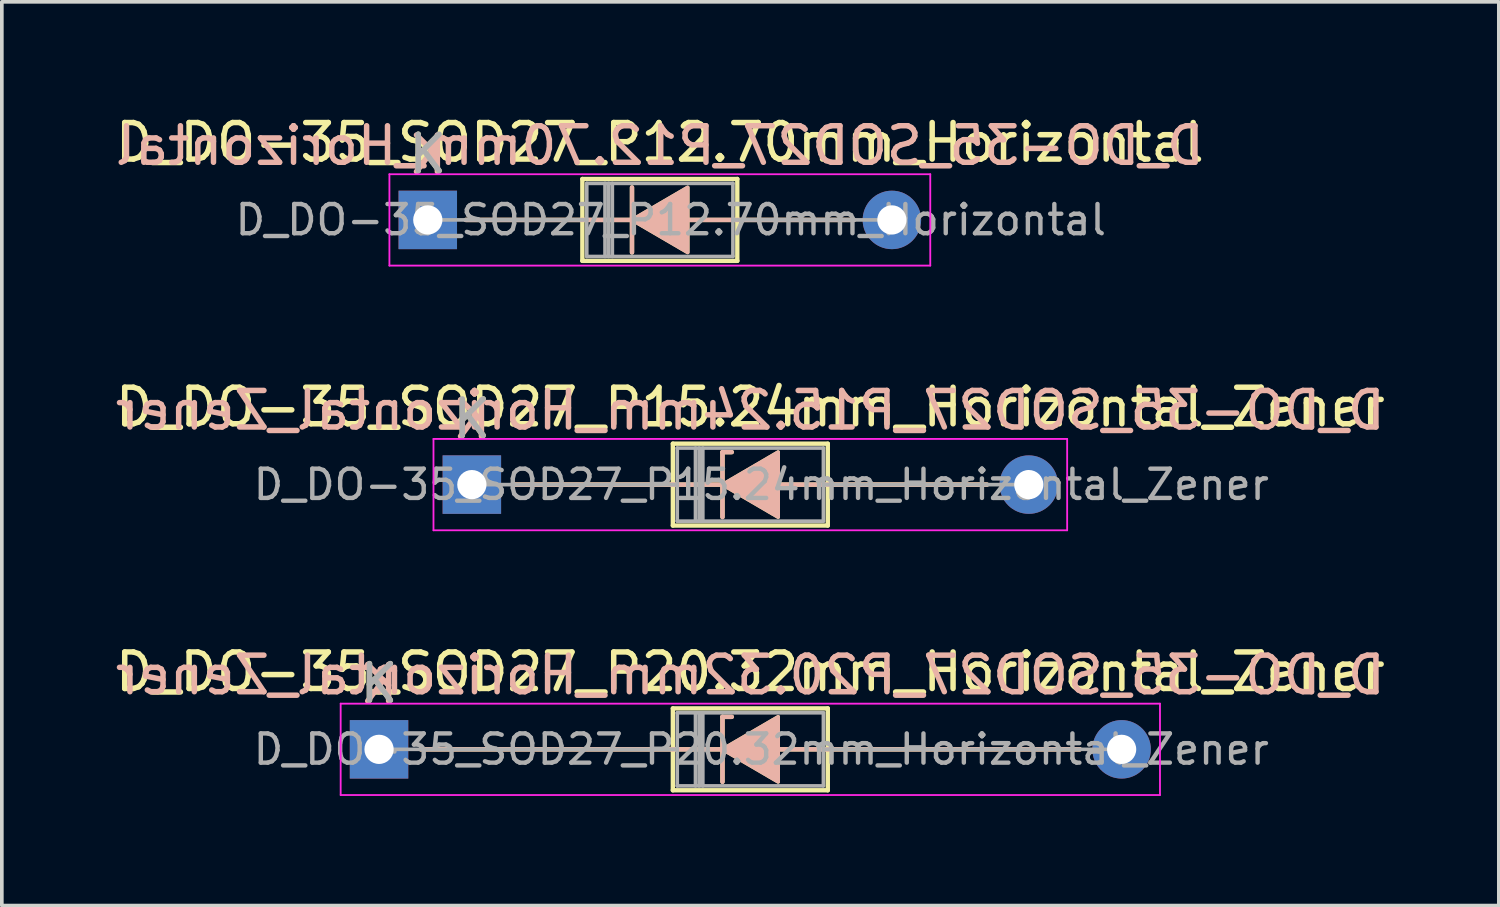
<source format=kicad_pcb>
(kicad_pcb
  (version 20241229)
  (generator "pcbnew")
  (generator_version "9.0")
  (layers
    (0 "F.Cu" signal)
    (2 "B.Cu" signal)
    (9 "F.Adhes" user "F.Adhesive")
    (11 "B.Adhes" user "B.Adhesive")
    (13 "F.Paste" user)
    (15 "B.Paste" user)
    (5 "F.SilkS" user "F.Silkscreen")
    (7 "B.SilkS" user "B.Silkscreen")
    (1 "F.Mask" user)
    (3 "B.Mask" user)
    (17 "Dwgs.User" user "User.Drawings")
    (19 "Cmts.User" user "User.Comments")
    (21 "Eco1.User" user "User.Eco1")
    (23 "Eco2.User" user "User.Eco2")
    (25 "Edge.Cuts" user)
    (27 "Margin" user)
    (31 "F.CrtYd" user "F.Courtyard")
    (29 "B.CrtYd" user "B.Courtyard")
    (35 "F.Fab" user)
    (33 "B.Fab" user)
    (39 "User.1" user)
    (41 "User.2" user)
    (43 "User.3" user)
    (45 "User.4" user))
  (footprint "D_DO-35_SOD27_P15.24mm_Horizontal_Zener"
    (layer "F.Cu")
    (at 9.862 10.211)
    (property "Reference" "D_DO-35_SOD27_P15.24mm_Horizontal_Zener" (at 7.62 -2.12 0) (layer "F.SilkS") (effects (font (size 1 1) (thickness 0.15))))
    (fp_line (start 1.143 0) (end 5.5 0) (stroke (width 0.12) (type solid)) (layer "F.SilkS"))
    (fp_line (start 5.5 -1.12) (end 5.5 1.12) (stroke (width 0.12) (type solid)) (layer "F.SilkS"))
    (fp_line (start 5.5 0) (end 7.239 0) (stroke (width 0.12) (type solid)) (layer "F.SilkS"))
    (fp_line (start 5.5 1.12) (end 9.74 1.12) (stroke (width 0.12) (type solid)) (layer "F.SilkS"))
    (fp_line (start 6.858 -0.889) (end 6.858 0.889) (stroke (width 0.12) (type solid)) (layer "F.SilkS"))
    (fp_line (start 6.858 -0.889) (end 7.112 -0.889) (stroke (width 0.12) (type solid)) (layer "F.SilkS"))
    (fp_line (start 9.74 -1.12) (end 5.5 -1.12) (stroke (width 0.12) (type solid)) (layer "F.SilkS"))
    (fp_line (start 9.74 0) (end 8.382 0) (stroke (width 0.12) (type solid)) (layer "F.SilkS"))
    (fp_line (start 9.74 1.12) (end 9.74 -1.12) (stroke (width 0.12) (type solid)) (layer "F.SilkS"))
    (fp_line (start 14.097 0) (end 9.74 0) (stroke (width 0.12) (type solid)) (layer "F.SilkS"))
    (fp_poly (pts (xy 8.382 0.889) (xy 6.858 0) (xy 8.382 -0.889)) (stroke (width 0.1) (type solid)) (fill yes) (layer "F.SilkS"))
    (fp_line (start 1.143 0) (end 5.5 0) (stroke (width 0.12) (type solid)) (layer "B.SilkS"))
    (fp_line (start 5.5 0) (end 7.239 0) (stroke (width 0.12) (type solid)) (layer "B.SilkS"))
    (fp_line (start 6.858 -0.889) (end 7.112 -0.889) (stroke (width 0.12) (type solid)) (layer "B.SilkS"))
    (fp_line (start 6.858 0.889) (end 6.858 -0.889) (stroke (width 0.12) (type solid)) (layer "B.SilkS"))
    (fp_line (start 9.74 0) (end 8.382 0) (stroke (width 0.12) (type solid)) (layer "B.SilkS"))
    (fp_line (start 14.097 0) (end 9.74 0) (stroke (width 0.12) (type solid)) (layer "B.SilkS"))
    (fp_poly (pts (xy 8.382 -0.889) (xy 6.858 0) (xy 8.382 0.889)) (stroke (width 0.1) (type solid)) (fill yes) (layer "B.SilkS"))
    (fp_line (start -1.05 -1.25) (end -1.05 1.25) (stroke (width 0.05) (type solid)) (layer "F.CrtYd"))
    (fp_line (start -1.05 1.25) (end 16.29 1.25) (stroke (width 0.05) (type solid)) (layer "F.CrtYd"))
    (fp_line (start 16.29 -1.25) (end -1.05 -1.25) (stroke (width 0.05) (type solid)) (layer "F.CrtYd"))
    (fp_line (start 16.29 1.25) (end 16.29 -1.25) (stroke (width 0.05) (type solid)) (layer "F.CrtYd"))
    (fp_line (start 0 0) (end 5.62 0) (stroke (width 0.1) (type solid)) (layer "F.Fab"))
    (fp_line (start 5.62 -1) (end 5.62 1) (stroke (width 0.1) (type solid)) (layer "F.Fab"))
    (fp_line (start 5.62 1) (end 9.62 1) (stroke (width 0.1) (type solid)) (layer "F.Fab"))
    (fp_line (start 6.12 -1) (end 6.12 1) (stroke (width 0.1) (type solid)) (layer "F.Fab"))
    (fp_line (start 6.22 -1) (end 6.22 1) (stroke (width 0.1) (type solid)) (layer "F.Fab"))
    (fp_line (start 6.32 -1) (end 6.32 1) (stroke (width 0.1) (type solid)) (layer "F.Fab"))
    (fp_line (start 9.62 -1) (end 5.62 -1) (stroke (width 0.1) (type solid)) (layer "F.Fab"))
    (fp_line (start 9.62 1) (end 9.62 -1) (stroke (width 0.1) (type solid)) (layer "F.Fab"))
    (fp_line (start 15.24 0) (end 9.62 0) (stroke (width 0.1) (type solid)) (layer "F.Fab"))
    (fp_text user "K" (at 0 -1.8 0) (layer "F.SilkS") (effects (font (size 1 1) (thickness 0.15))))
    (fp_text user "${REFERENCE}" (at 7.62 -2.032 0) (layer "B.SilkS") (effects (font (size 1 1) (thickness 0.15)) (justify mirror)))
    (fp_text user "K" (at 0 -1.778 0) (layer "B.SilkS") (effects (font (size 1 1) (thickness 0.15)) (justify mirror)))
    (fp_text user "${REFERENCE}" (at 7.92 0 0) (layer "F.Fab") (effects (font (size 0.8 0.8) (thickness 0.12))))
    (fp_text user "K" (at 0 -1.8 0) (layer "F.Fab") (effects (font (size 1 1) (thickness 0.15))))
    (pad "1" thru_hole rect (at 0 0) (size 1.6 1.6) (drill 0.8) (layers "*.Cu" "*.Mask"))
    (pad "2" thru_hole oval (at 15.24 0) (size 1.6 1.6) (drill 0.8) (layers "*.Cu" "*.Mask")))
  (footprint "D_DO-35_SOD27_P20.32mm_Horizontal_Zener"
    (layer "F.Cu")
    (at 7.322 17.455)
    (property "Reference" "D_DO-35_SOD27_P20.32mm_Horizontal_Zener" (at 10.16 -2.12 0) (layer "F.SilkS") (effects (font (size 1 1) (thickness 0.15))))
    (fp_line (start 1.143 0) (end 8.04 0) (stroke (width 0.12) (type solid)) (layer "F.SilkS"))
    (fp_line (start 8.04 -1.12) (end 8.04 1.12) (stroke (width 0.12) (type solid)) (layer "F.SilkS"))
    (fp_line (start 8.04 0) (end 9.779 0) (stroke (width 0.12) (type solid)) (layer "F.SilkS"))
    (fp_line (start 8.04 1.12) (end 12.28 1.12) (stroke (width 0.12) (type solid)) (layer "F.SilkS"))
    (fp_line (start 9.398 -0.889) (end 9.398 0.889) (stroke (width 0.12) (type solid)) (layer "F.SilkS"))
    (fp_line (start 9.398 -0.889) (end 9.652 -0.889) (stroke (width 0.12) (type solid)) (layer "F.SilkS"))
    (fp_line (start 12.28 -1.12) (end 8.04 -1.12) (stroke (width 0.12) (type solid)) (layer "F.SilkS"))
    (fp_line (start 12.28 0) (end 10.922 0) (stroke (width 0.12) (type solid)) (layer "F.SilkS"))
    (fp_line (start 12.28 1.12) (end 12.28 -1.12) (stroke (width 0.12) (type solid)) (layer "F.SilkS"))
    (fp_line (start 19.177 0) (end 12.28 0) (stroke (width 0.12) (type solid)) (layer "F.SilkS"))
    (fp_poly (pts (xy 10.922 0.889) (xy 9.398 0) (xy 10.922 -0.889)) (stroke (width 0.1) (type solid)) (fill yes) (layer "F.SilkS"))
    (fp_line (start 1.143 0) (end 8.04 0) (stroke (width 0.12) (type solid)) (layer "B.SilkS"))
    (fp_line (start 8.04 0) (end 9.779 0) (stroke (width 0.12) (type solid)) (layer "B.SilkS"))
    (fp_line (start 9.398 -0.889) (end 9.652 -0.889) (stroke (width 0.12) (type solid)) (layer "B.SilkS"))
    (fp_line (start 9.398 0.889) (end 9.398 -0.889) (stroke (width 0.12) (type solid)) (layer "B.SilkS"))
    (fp_line (start 12.28 0) (end 10.922 0) (stroke (width 0.12) (type solid)) (layer "B.SilkS"))
    (fp_line (start 19.177 0) (end 12.28 0) (stroke (width 0.12) (type solid)) (layer "B.SilkS"))
    (fp_poly (pts (xy 10.922 -0.889) (xy 9.398 0) (xy 10.922 0.889)) (stroke (width 0.1) (type solid)) (fill yes) (layer "B.SilkS"))
    (fp_line (start -1.05 -1.25) (end -1.05 1.25) (stroke (width 0.05) (type solid)) (layer "F.CrtYd"))
    (fp_line (start -1.05 1.25) (end 21.37 1.25) (stroke (width 0.05) (type solid)) (layer "F.CrtYd"))
    (fp_line (start 21.37 -1.25) (end -1.05 -1.25) (stroke (width 0.05) (type solid)) (layer "F.CrtYd"))
    (fp_line (start 21.37 1.25) (end 21.37 -1.25) (stroke (width 0.05) (type solid)) (layer "F.CrtYd"))
    (fp_line (start 0 0) (end 8.16 0) (stroke (width 0.1) (type solid)) (layer "F.Fab"))
    (fp_line (start 8.16 -1) (end 8.16 1) (stroke (width 0.1) (type solid)) (layer "F.Fab"))
    (fp_line (start 8.16 1) (end 12.16 1) (stroke (width 0.1) (type solid)) (layer "F.Fab"))
    (fp_line (start 8.66 -1) (end 8.66 1) (stroke (width 0.1) (type solid)) (layer "F.Fab"))
    (fp_line (start 8.76 -1) (end 8.76 1) (stroke (width 0.1) (type solid)) (layer "F.Fab"))
    (fp_line (start 8.86 -1) (end 8.86 1) (stroke (width 0.1) (type solid)) (layer "F.Fab"))
    (fp_line (start 12.16 -1) (end 8.16 -1) (stroke (width 0.1) (type solid)) (layer "F.Fab"))
    (fp_line (start 12.16 1) (end 12.16 -1) (stroke (width 0.1) (type solid)) (layer "F.Fab"))
    (fp_line (start 20.32 0) (end 12.16 0) (stroke (width 0.1) (type solid)) (layer "F.Fab"))
    (fp_text user "K" (at 0 -1.8 0) (layer "F.SilkS") (effects (font (size 1 1) (thickness 0.15))))
    (fp_text user "${REFERENCE}" (at 10.16 -2.032 0) (layer "B.SilkS") (effects (font (size 1 1) (thickness 0.15)) (justify mirror)))
    (fp_text user "K" (at 0 -1.778 0) (layer "B.SilkS") (effects (font (size 1 1) (thickness 0.15)) (justify mirror)))
    (fp_text user "K" (at 0 -1.8 0) (layer "F.Fab") (effects (font (size 1 1) (thickness 0.15))))
    (fp_text user "${REFERENCE}" (at 10.46 0 0) (layer "F.Fab") (effects (font (size 0.8 0.8) (thickness 0.12))))
    (pad "1" thru_hole rect (at 0 0) (size 1.6 1.6) (drill 0.8) (layers "*.Cu" "*.Mask"))
    (pad "2" thru_hole oval (at 20.32 0) (size 1.6 1.6) (drill 0.8) (layers "*.Cu" "*.Mask")))
  (footprint "D_DO-35_SOD27_P12.70mm_Horizontal"
    (layer "F.Cu")
    (at 8.656 2.968)
    (property "Reference" "D_DO-35_SOD27_P12.70mm_Horizontal" (at 6.35 -2.12 0) (layer "F.SilkS") (effects (font (size 1 1) (thickness 0.15))))
    (fp_line (start 1.04 0) (end 4.23 0) (stroke (width 0.12) (type solid)) (layer "F.SilkS"))
    (fp_line (start 4.23 -1.12) (end 4.23 1.12) (stroke (width 0.12) (type solid)) (layer "F.SilkS"))
    (fp_line (start 4.23 0) (end 5.969 0) (stroke (width 0.12) (type solid)) (layer "F.SilkS"))
    (fp_line (start 4.23 1.12) (end 8.47 1.12) (stroke (width 0.12) (type solid)) (layer "F.SilkS"))
    (fp_line (start 5.588 -0.889) (end 5.588 0.889) (stroke (width 0.12) (type solid)) (layer "F.SilkS"))
    (fp_line (start 8.47 -1.12) (end 4.23 -1.12) (stroke (width 0.12) (type solid)) (layer "F.SilkS"))
    (fp_line (start 8.47 0) (end 7.112 0) (stroke (width 0.12) (type solid)) (layer "F.SilkS"))
    (fp_line (start 8.47 1.12) (end 8.47 -1.12) (stroke (width 0.12) (type solid)) (layer "F.SilkS"))
    (fp_line (start 11.66 0) (end 8.47 0) (stroke (width 0.12) (type solid)) (layer "F.SilkS"))
    (fp_poly (pts (xy 7.112 0.889) (xy 5.588 0) (xy 7.112 -0.889)) (stroke (width 0.1) (type solid)) (fill yes) (layer "F.SilkS"))
    (fp_line (start 1.04 0) (end 4.23 0) (stroke (width 0.12) (type solid)) (layer "B.SilkS"))
    (fp_line (start 4.23 0) (end 5.969 0) (stroke (width 0.12) (type solid)) (layer "B.SilkS"))
    (fp_line (start 5.588 0.889) (end 5.588 -0.889) (stroke (width 0.12) (type solid)) (layer "B.SilkS"))
    (fp_line (start 8.47 0) (end 7.112 0) (stroke (width 0.12) (type solid)) (layer "B.SilkS"))
    (fp_line (start 11.66 0) (end 8.47 0) (stroke (width 0.12) (type solid)) (layer "B.SilkS"))
    (fp_poly (pts (xy 7.112 -0.889) (xy 5.588 0) (xy 7.112 0.889)) (stroke (width 0.1) (type solid)) (fill yes) (layer "B.SilkS"))
    (fp_line (start -1.05 -1.25) (end -1.05 1.25) (stroke (width 0.05) (type solid)) (layer "F.CrtYd"))
    (fp_line (start -1.05 1.25) (end 13.75 1.25) (stroke (width 0.05) (type solid)) (layer "F.CrtYd"))
    (fp_line (start 13.75 -1.25) (end -1.05 -1.25) (stroke (width 0.05) (type solid)) (layer "F.CrtYd"))
    (fp_line (start 13.75 1.25) (end 13.75 -1.25) (stroke (width 0.05) (type solid)) (layer "F.CrtYd"))
    (fp_line (start 0 0) (end 4.35 0) (stroke (width 0.1) (type solid)) (layer "F.Fab"))
    (fp_line (start 4.35 -1) (end 4.35 1) (stroke (width 0.1) (type solid)) (layer "F.Fab"))
    (fp_line (start 4.35 1) (end 8.35 1) (stroke (width 0.1) (type solid)) (layer "F.Fab"))
    (fp_line (start 4.85 -1) (end 4.85 1) (stroke (width 0.1) (type solid)) (layer "F.Fab"))
    (fp_line (start 4.95 -1) (end 4.95 1) (stroke (width 0.1) (type solid)) (layer "F.Fab"))
    (fp_line (start 5.05 -1) (end 5.05 1) (stroke (width 0.1) (type solid)) (layer "F.Fab"))
    (fp_line (start 8.35 -1) (end 4.35 -1) (stroke (width 0.1) (type solid)) (layer "F.Fab"))
    (fp_line (start 8.35 1) (end 8.35 -1) (stroke (width 0.1) (type solid)) (layer "F.Fab"))
    (fp_line (start 12.7 0) (end 8.35 0) (stroke (width 0.1) (type solid)) (layer "F.Fab"))
    (fp_text user "K" (at 0 -1.8 0) (layer "F.SilkS") (effects (font (size 1 1) (thickness 0.15))))
    (fp_text user "K" (at 0 -1.778 0) (layer "B.SilkS") (effects (font (size 1 1) (thickness 0.15)) (justify mirror)))
    (fp_text user "${REFERENCE}" (at 6.35 -2.032 0) (layer "B.SilkS") (effects (font (size 1 1) (thickness 0.15)) (justify mirror)))
    (fp_text user "${REFERENCE}" (at 6.65 0 0) (layer "F.Fab") (effects (font (size 0.8 0.8) (thickness 0.12))))
    (fp_text user "K" (at 0 -1.8 0) (layer "F.Fab") (effects (font (size 1 1) (thickness 0.15))))
    (pad "1" thru_hole rect (at 0 0) (size 1.6 1.6) (drill 0.8) (layers "*.Cu" "*.Mask"))
    (pad "2" thru_hole oval (at 12.7 0) (size 1.6 1.6) (drill 0.8) (layers "*.Cu" "*.Mask")))
  (gr_rect
    (start -3 -3)
    (end 37.964 21.73)
    (stroke (width 0.1) (type default))
    (fill no)
    (layer "Edge.Cuts")))
</source>
